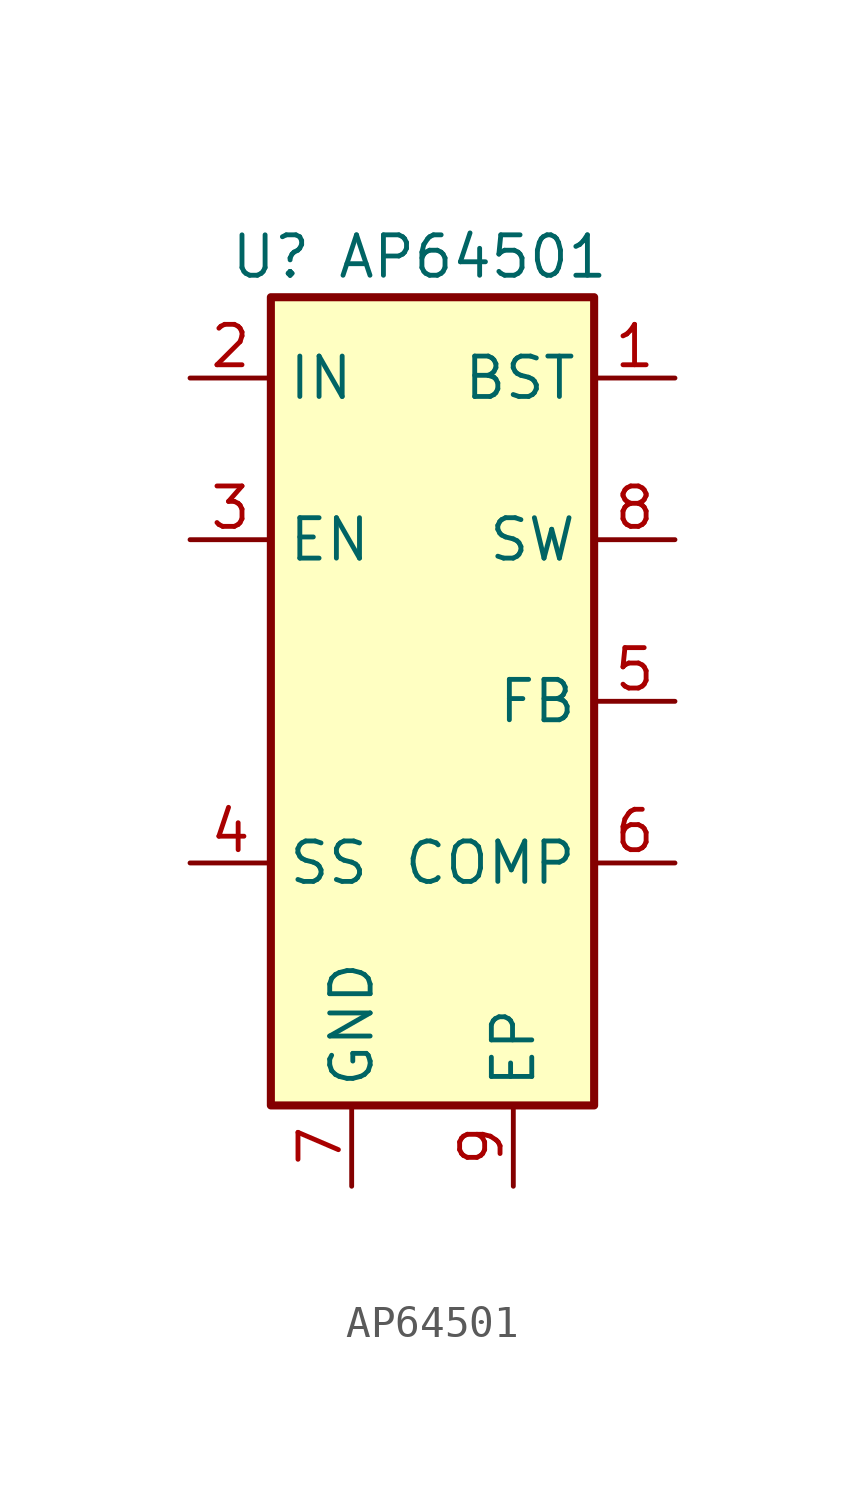
<source format=kicad_sym>
(kicad_symbol_lib
  (version 20211014)
  (generator kicad_symbol_editor)
  (symbol "AP64501"
    (property "Reference" "U"
      (at -5.08 11.43 0)
      (effects (font (size 1.27 1.27))))
    (property "Value" "AP64501"
      (at 1.27 11.43 0)
      (effects (font (size 1.27 1.27))))
    (symbol "AP64501_0_1"
      (rectangle (start -5.08 10.16) (end 5.08 -15.24) (stroke (width 0.254) (type default) (color 0 0 0 0)) (fill (type background))))
    (symbol "AP64501_1_1"
      (pin output line (at 7.62 7.62 180) (length 2.54) (name "BST" (effects (font (size 1.27 1.27)))) (number "1" (effects (font (size 1.27 1.27)))))
      (pin power_in line (at -7.62 7.62 0) (length 2.54) (name "IN" (effects (font (size 1.27 1.27)))) (number "2" (effects (font (size 1.27 1.27)))))
      (pin input line (at -7.62 2.54 0) (length 2.54) (name "EN" (effects (font (size 1.27 1.27)))) (number "3" (effects (font (size 1.27 1.27)))))
      (pin tri_state line (at -7.62 -7.62 0) (length 2.54) (name "SS" (effects (font (size 1.27 1.27)))) (number "4" (effects (font (size 1.27 1.27)))))
      (pin input line (at 7.62 -2.54 180) (length 2.54) (name "FB" (effects (font (size 1.27 1.27)))) (number "5" (effects (font (size 1.27 1.27)))))
      (pin output line (at 7.62 -7.62 180) (length 2.54) (name "COMP" (effects (font (size 1.27 1.27)))) (number "6" (effects (font (size 1.27 1.27)))))
      (pin power_in line (at -2.54 -17.78 90) (length 2.54) (name "GND" (effects (font (size 1.27 1.27)))) (number "7" (effects (font (size 1.27 1.27)))))
      (pin power_out line (at 7.62 2.54 180) (length 2.54) (name "SW" (effects (font (size 1.27 1.27)))) (number "8" (effects (font (size 1.27 1.27)))))
      (pin power_in line (at 2.54 -17.78 90) (length 2.54) (name "EP" (effects (font (size 1.27 1.27)))) (number "9" (effects (font (size 1.27 1.27))))))))
</source>
